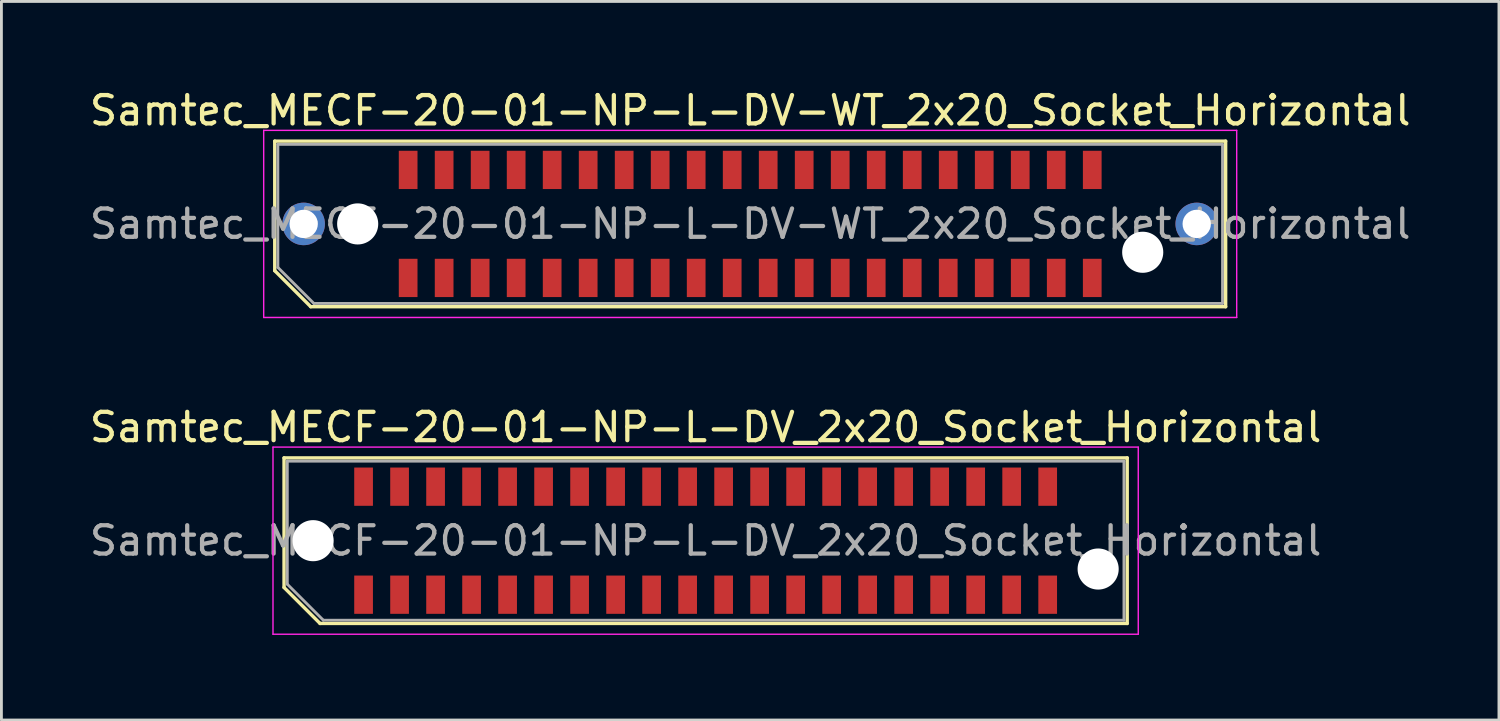
<source format=kicad_pcb>
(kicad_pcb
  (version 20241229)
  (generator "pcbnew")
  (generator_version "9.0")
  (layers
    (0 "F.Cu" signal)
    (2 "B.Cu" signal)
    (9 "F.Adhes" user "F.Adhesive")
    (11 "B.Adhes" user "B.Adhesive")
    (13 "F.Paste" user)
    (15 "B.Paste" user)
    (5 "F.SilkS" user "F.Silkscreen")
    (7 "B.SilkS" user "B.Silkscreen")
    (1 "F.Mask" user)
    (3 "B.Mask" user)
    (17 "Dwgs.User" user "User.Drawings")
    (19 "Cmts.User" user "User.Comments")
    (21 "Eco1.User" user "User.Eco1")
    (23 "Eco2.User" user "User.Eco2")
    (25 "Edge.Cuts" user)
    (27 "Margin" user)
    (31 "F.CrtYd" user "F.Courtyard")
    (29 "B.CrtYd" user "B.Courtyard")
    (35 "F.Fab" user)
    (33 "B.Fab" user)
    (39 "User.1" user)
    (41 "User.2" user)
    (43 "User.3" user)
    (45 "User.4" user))
  (footprint "Samtec_MECF-20-01-NP-L-DV_2x20_Socket_Horizontal"
    (layer "F.Cu")
    (at 21.839 16.021)
    (property "Reference" "Samtec_MECF-20-01-NP-L-DV_2x20_Socket_Horizontal" (at 0 -4 0) (layer "F.SilkS") (effects (font (size 1 1) (thickness 0.15))))
    (attr smd)
    (fp_line (start -14.87 -2.92) (end 14.87 -2.92) (stroke (width 0.12) (type solid)) (layer "F.SilkS"))
    (fp_line (start -14.87 1.65) (end -14.87 -2.92) (stroke (width 0.12) (type solid)) (layer "F.SilkS"))
    (fp_line (start -13.6 2.92) (end -14.87 1.65) (stroke (width 0.12) (type solid)) (layer "F.SilkS"))
    (fp_line (start -13.6 2.92) (end 14.87 2.92) (stroke (width 0.12) (type solid)) (layer "F.SilkS"))
    (fp_line (start 14.87 2.92) (end 14.87 -2.92) (stroke (width 0.12) (type solid)) (layer "F.SilkS"))
    (fp_line (start -15.26 -3.3) (end -15.26 3.3) (stroke (width 0.05) (type solid)) (layer "F.CrtYd"))
    (fp_line (start -15.26 3.3) (end 15.26 3.3) (stroke (width 0.05) (type solid)) (layer "F.CrtYd"))
    (fp_line (start 15.26 -3.3) (end -15.26 -3.3) (stroke (width 0.05) (type solid)) (layer "F.CrtYd"))
    (fp_line (start 15.26 3.3) (end 15.26 -3.3) (stroke (width 0.05) (type solid)) (layer "F.CrtYd"))
    (fp_line (start -14.755 -2.805) (end 14.755 -2.805) (stroke (width 0.1) (type solid)) (layer "F.Fab"))
    (fp_line (start -14.755 1.535) (end -14.755 -2.805) (stroke (width 0.1) (type solid)) (layer "F.Fab"))
    (fp_line (start -14.755 1.535) (end -13.485 2.805) (stroke (width 0.1) (type solid)) (layer "F.Fab"))
    (fp_line (start -13.485 2.805) (end 14.755 2.805) (stroke (width 0.1) (type solid)) (layer "F.Fab"))
    (fp_line (start 14.755 2.805) (end 14.755 -2.805) (stroke (width 0.1) (type solid)) (layer "F.Fab"))
    (fp_text user "${REFERENCE}" (at 0 0 0) (layer "F.Fab") (effects (font (size 1 1) (thickness 0.15))))
    (pad "" np_thru_hole circle (at -13.845 0) (size 1.45 1.45) (drill 1.45) (layers "*.Cu" "*.Mask"))
    (pad "" np_thru_hole circle (at 13.845 1) (size 1.45 1.45) (drill 1.45) (layers "*.Cu" "*.Mask"))
    (pad "1" smd rect (at -12.065 1.905) (size 0.66 1.35) (layers "F.Cu" "F.Mask" "F.Paste"))
    (pad "2" smd rect (at -12.065 -1.905) (size 0.66 1.35) (layers "F.Cu" "F.Mask" "F.Paste"))
    (pad "3" smd rect (at -10.795 1.905) (size 0.66 1.35) (layers "F.Cu" "F.Mask" "F.Paste"))
    (pad "4" smd rect (at -10.795 -1.905) (size 0.66 1.35) (layers "F.Cu" "F.Mask" "F.Paste"))
    (pad "5" smd rect (at -9.525 1.905) (size 0.66 1.35) (layers "F.Cu" "F.Mask" "F.Paste"))
    (pad "6" smd rect (at -9.525 -1.905) (size 0.66 1.35) (layers "F.Cu" "F.Mask" "F.Paste"))
    (pad "7" smd rect (at -8.255 1.905) (size 0.66 1.35) (layers "F.Cu" "F.Mask" "F.Paste"))
    (pad "8" smd rect (at -8.255 -1.905) (size 0.66 1.35) (layers "F.Cu" "F.Mask" "F.Paste"))
    (pad "9" smd rect (at -6.985 1.905) (size 0.66 1.35) (layers "F.Cu" "F.Mask" "F.Paste"))
    (pad "10" smd rect (at -6.985 -1.905) (size 0.66 1.35) (layers "F.Cu" "F.Mask" "F.Paste"))
    (pad "11" smd rect (at -5.715 1.905) (size 0.66 1.35) (layers "F.Cu" "F.Mask" "F.Paste"))
    (pad "12" smd rect (at -5.715 -1.905) (size 0.66 1.35) (layers "F.Cu" "F.Mask" "F.Paste"))
    (pad "13" smd rect (at -4.445 1.905) (size 0.66 1.35) (layers "F.Cu" "F.Mask" "F.Paste"))
    (pad "14" smd rect (at -4.445 -1.905) (size 0.66 1.35) (layers "F.Cu" "F.Mask" "F.Paste"))
    (pad "15" smd rect (at -3.175 1.905) (size 0.66 1.35) (layers "F.Cu" "F.Mask" "F.Paste"))
    (pad "16" smd rect (at -3.175 -1.905) (size 0.66 1.35) (layers "F.Cu" "F.Mask" "F.Paste"))
    (pad "17" smd rect (at -1.905 1.905) (size 0.66 1.35) (layers "F.Cu" "F.Mask" "F.Paste"))
    (pad "18" smd rect (at -1.905 -1.905) (size 0.66 1.35) (layers "F.Cu" "F.Mask" "F.Paste"))
    (pad "19" smd rect (at -0.635 1.905) (size 0.66 1.35) (layers "F.Cu" "F.Mask" "F.Paste"))
    (pad "20" smd rect (at -0.635 -1.905) (size 0.66 1.35) (layers "F.Cu" "F.Mask" "F.Paste"))
    (pad "21" smd rect (at 0.635 1.905) (size 0.66 1.35) (layers "F.Cu" "F.Mask" "F.Paste"))
    (pad "22" smd rect (at 0.635 -1.905) (size 0.66 1.35) (layers "F.Cu" "F.Mask" "F.Paste"))
    (pad "23" smd rect (at 1.905 1.905) (size 0.66 1.35) (layers "F.Cu" "F.Mask" "F.Paste"))
    (pad "24" smd rect (at 1.905 -1.905) (size 0.66 1.35) (layers "F.Cu" "F.Mask" "F.Paste"))
    (pad "25" smd rect (at 3.175 1.905) (size 0.66 1.35) (layers "F.Cu" "F.Mask" "F.Paste"))
    (pad "26" smd rect (at 3.175 -1.905) (size 0.66 1.35) (layers "F.Cu" "F.Mask" "F.Paste"))
    (pad "27" smd rect (at 4.445 1.905) (size 0.66 1.35) (layers "F.Cu" "F.Mask" "F.Paste"))
    (pad "28" smd rect (at 4.445 -1.905) (size 0.66 1.35) (layers "F.Cu" "F.Mask" "F.Paste"))
    (pad "29" smd rect (at 5.715 1.905) (size 0.66 1.35) (layers "F.Cu" "F.Mask" "F.Paste"))
    (pad "30" smd rect (at 5.715 -1.905) (size 0.66 1.35) (layers "F.Cu" "F.Mask" "F.Paste"))
    (pad "31" smd rect (at 6.985 1.905) (size 0.66 1.35) (layers "F.Cu" "F.Mask" "F.Paste"))
    (pad "32" smd rect (at 6.985 -1.905) (size 0.66 1.35) (layers "F.Cu" "F.Mask" "F.Paste"))
    (pad "33" smd rect (at 8.255 1.905) (size 0.66 1.35) (layers "F.Cu" "F.Mask" "F.Paste"))
    (pad "34" smd rect (at 8.255 -1.905) (size 0.66 1.35) (layers "F.Cu" "F.Mask" "F.Paste"))
    (pad "35" smd rect (at 9.525 1.905) (size 0.66 1.35) (layers "F.Cu" "F.Mask" "F.Paste"))
    (pad "36" smd rect (at 9.525 -1.905) (size 0.66 1.35) (layers "F.Cu" "F.Mask" "F.Paste"))
    (pad "37" smd rect (at 10.795 1.905) (size 0.66 1.35) (layers "F.Cu" "F.Mask" "F.Paste"))
    (pad "38" smd rect (at 10.795 -1.905) (size 0.66 1.35) (layers "F.Cu" "F.Mask" "F.Paste"))
    (pad "39" smd rect (at 12.065 1.905) (size 0.66 1.35) (layers "F.Cu" "F.Mask" "F.Paste"))
    (pad "40" smd rect (at 12.065 -1.905) (size 0.66 1.35) (layers "F.Cu" "F.Mask" "F.Paste")))
  (footprint "Samtec_MECF-20-01-NP-L-DV-WT_2x20_Socket_Horizontal"
    (layer "F.Cu")
    (at 23.411 4.848)
    (property "Reference" "Samtec_MECF-20-01-NP-L-DV-WT_2x20_Socket_Horizontal" (at 0 -4 0) (layer "F.SilkS") (effects (font (size 1 1) (thickness 0.15))))
    (attr smd)
    (fp_line (start -16.77 -2.92) (end 16.77 -2.92) (stroke (width 0.12) (type solid)) (layer "F.SilkS"))
    (fp_line (start -16.77 1.65) (end -16.77 -2.92) (stroke (width 0.12) (type solid)) (layer "F.SilkS"))
    (fp_line (start -15.5 2.92) (end -16.77 1.65) (stroke (width 0.12) (type solid)) (layer "F.SilkS"))
    (fp_line (start -15.5 2.92) (end 16.77 2.92) (stroke (width 0.12) (type solid)) (layer "F.SilkS"))
    (fp_line (start 16.77 2.92) (end 16.77 -2.92) (stroke (width 0.12) (type solid)) (layer "F.SilkS"))
    (fp_line (start -17.16 -3.3) (end -17.16 3.3) (stroke (width 0.05) (type solid)) (layer "F.CrtYd"))
    (fp_line (start -17.16 3.3) (end 17.16 3.3) (stroke (width 0.05) (type solid)) (layer "F.CrtYd"))
    (fp_line (start 17.16 -3.3) (end -17.16 -3.3) (stroke (width 0.05) (type solid)) (layer "F.CrtYd"))
    (fp_line (start 17.16 3.3) (end 17.16 -3.3) (stroke (width 0.05) (type solid)) (layer "F.CrtYd"))
    (fp_line (start -16.66 -2.805) (end 16.66 -2.805) (stroke (width 0.1) (type solid)) (layer "F.Fab"))
    (fp_line (start -16.66 1.535) (end -16.66 -2.805) (stroke (width 0.1) (type solid)) (layer "F.Fab"))
    (fp_line (start -16.66 1.535) (end -15.39 2.805) (stroke (width 0.1) (type solid)) (layer "F.Fab"))
    (fp_line (start -15.39 2.805) (end 16.66 2.805) (stroke (width 0.1) (type solid)) (layer "F.Fab"))
    (fp_line (start 16.66 2.805) (end 16.66 -2.805) (stroke (width 0.1) (type solid)) (layer "F.Fab"))
    (fp_text user "${REFERENCE}" (at 0 0 0) (layer "F.Fab") (effects (font (size 1 1) (thickness 0.15))))
    (pad "" thru_hole circle (at -15.75 0) (size 1.5 1.5) (drill 1) (layers "*.Cu" "*.Mask"))
    (pad "" np_thru_hole circle (at -13.845 0) (size 1.45 1.45) (drill 1.45) (layers "*.Cu" "*.Mask"))
    (pad "" np_thru_hole circle (at 13.845 1) (size 1.45 1.45) (drill 1.45) (layers "*.Cu" "*.Mask"))
    (pad "" thru_hole circle (at 15.75 0) (size 1.5 1.5) (drill 1) (layers "*.Cu" "*.Mask"))
    (pad "1" smd rect (at -12.065 1.905) (size 0.66 1.35) (layers "F.Cu" "F.Mask" "F.Paste"))
    (pad "2" smd rect (at -12.065 -1.905) (size 0.66 1.35) (layers "F.Cu" "F.Mask" "F.Paste"))
    (pad "3" smd rect (at -10.795 1.905) (size 0.66 1.35) (layers "F.Cu" "F.Mask" "F.Paste"))
    (pad "4" smd rect (at -10.795 -1.905) (size 0.66 1.35) (layers "F.Cu" "F.Mask" "F.Paste"))
    (pad "5" smd rect (at -9.525 1.905) (size 0.66 1.35) (layers "F.Cu" "F.Mask" "F.Paste"))
    (pad "6" smd rect (at -9.525 -1.905) (size 0.66 1.35) (layers "F.Cu" "F.Mask" "F.Paste"))
    (pad "7" smd rect (at -8.255 1.905) (size 0.66 1.35) (layers "F.Cu" "F.Mask" "F.Paste"))
    (pad "8" smd rect (at -8.255 -1.905) (size 0.66 1.35) (layers "F.Cu" "F.Mask" "F.Paste"))
    (pad "9" smd rect (at -6.985 1.905) (size 0.66 1.35) (layers "F.Cu" "F.Mask" "F.Paste"))
    (pad "10" smd rect (at -6.985 -1.905) (size 0.66 1.35) (layers "F.Cu" "F.Mask" "F.Paste"))
    (pad "11" smd rect (at -5.715 1.905) (size 0.66 1.35) (layers "F.Cu" "F.Mask" "F.Paste"))
    (pad "12" smd rect (at -5.715 -1.905) (size 0.66 1.35) (layers "F.Cu" "F.Mask" "F.Paste"))
    (pad "13" smd rect (at -4.445 1.905) (size 0.66 1.35) (layers "F.Cu" "F.Mask" "F.Paste"))
    (pad "14" smd rect (at -4.445 -1.905) (size 0.66 1.35) (layers "F.Cu" "F.Mask" "F.Paste"))
    (pad "15" smd rect (at -3.175 1.905) (size 0.66 1.35) (layers "F.Cu" "F.Mask" "F.Paste"))
    (pad "16" smd rect (at -3.175 -1.905) (size 0.66 1.35) (layers "F.Cu" "F.Mask" "F.Paste"))
    (pad "17" smd rect (at -1.905 1.905) (size 0.66 1.35) (layers "F.Cu" "F.Mask" "F.Paste"))
    (pad "18" smd rect (at -1.905 -1.905) (size 0.66 1.35) (layers "F.Cu" "F.Mask" "F.Paste"))
    (pad "19" smd rect (at -0.635 1.905) (size 0.66 1.35) (layers "F.Cu" "F.Mask" "F.Paste"))
    (pad "20" smd rect (at -0.635 -1.905) (size 0.66 1.35) (layers "F.Cu" "F.Mask" "F.Paste"))
    (pad "21" smd rect (at 0.635 1.905) (size 0.66 1.35) (layers "F.Cu" "F.Mask" "F.Paste"))
    (pad "22" smd rect (at 0.635 -1.905) (size 0.66 1.35) (layers "F.Cu" "F.Mask" "F.Paste"))
    (pad "23" smd rect (at 1.905 1.905) (size 0.66 1.35) (layers "F.Cu" "F.Mask" "F.Paste"))
    (pad "24" smd rect (at 1.905 -1.905) (size 0.66 1.35) (layers "F.Cu" "F.Mask" "F.Paste"))
    (pad "25" smd rect (at 3.175 1.905) (size 0.66 1.35) (layers "F.Cu" "F.Mask" "F.Paste"))
    (pad "26" smd rect (at 3.175 -1.905) (size 0.66 1.35) (layers "F.Cu" "F.Mask" "F.Paste"))
    (pad "27" smd rect (at 4.445 1.905) (size 0.66 1.35) (layers "F.Cu" "F.Mask" "F.Paste"))
    (pad "28" smd rect (at 4.445 -1.905) (size 0.66 1.35) (layers "F.Cu" "F.Mask" "F.Paste"))
    (pad "29" smd rect (at 5.715 1.905) (size 0.66 1.35) (layers "F.Cu" "F.Mask" "F.Paste"))
    (pad "30" smd rect (at 5.715 -1.905) (size 0.66 1.35) (layers "F.Cu" "F.Mask" "F.Paste"))
    (pad "31" smd rect (at 6.985 1.905) (size 0.66 1.35) (layers "F.Cu" "F.Mask" "F.Paste"))
    (pad "32" smd rect (at 6.985 -1.905) (size 0.66 1.35) (layers "F.Cu" "F.Mask" "F.Paste"))
    (pad "33" smd rect (at 8.255 1.905) (size 0.66 1.35) (layers "F.Cu" "F.Mask" "F.Paste"))
    (pad "34" smd rect (at 8.255 -1.905) (size 0.66 1.35) (layers "F.Cu" "F.Mask" "F.Paste"))
    (pad "35" smd rect (at 9.525 1.905) (size 0.66 1.35) (layers "F.Cu" "F.Mask" "F.Paste"))
    (pad "36" smd rect (at 9.525 -1.905) (size 0.66 1.35) (layers "F.Cu" "F.Mask" "F.Paste"))
    (pad "37" smd rect (at 10.795 1.905) (size 0.66 1.35) (layers "F.Cu" "F.Mask" "F.Paste"))
    (pad "38" smd rect (at 10.795 -1.905) (size 0.66 1.35) (layers "F.Cu" "F.Mask" "F.Paste"))
    (pad "39" smd rect (at 12.065 1.905) (size 0.66 1.35) (layers "F.Cu" "F.Mask" "F.Paste"))
    (pad "40" smd rect (at 12.065 -1.905) (size 0.66 1.35) (layers "F.Cu" "F.Mask" "F.Paste")))
  (gr_rect
    (start -3 -3)
    (end 49.821 22.346)
    (stroke (width 0.1) (type default))
    (fill no)
    (layer "Edge.Cuts")))
</source>
